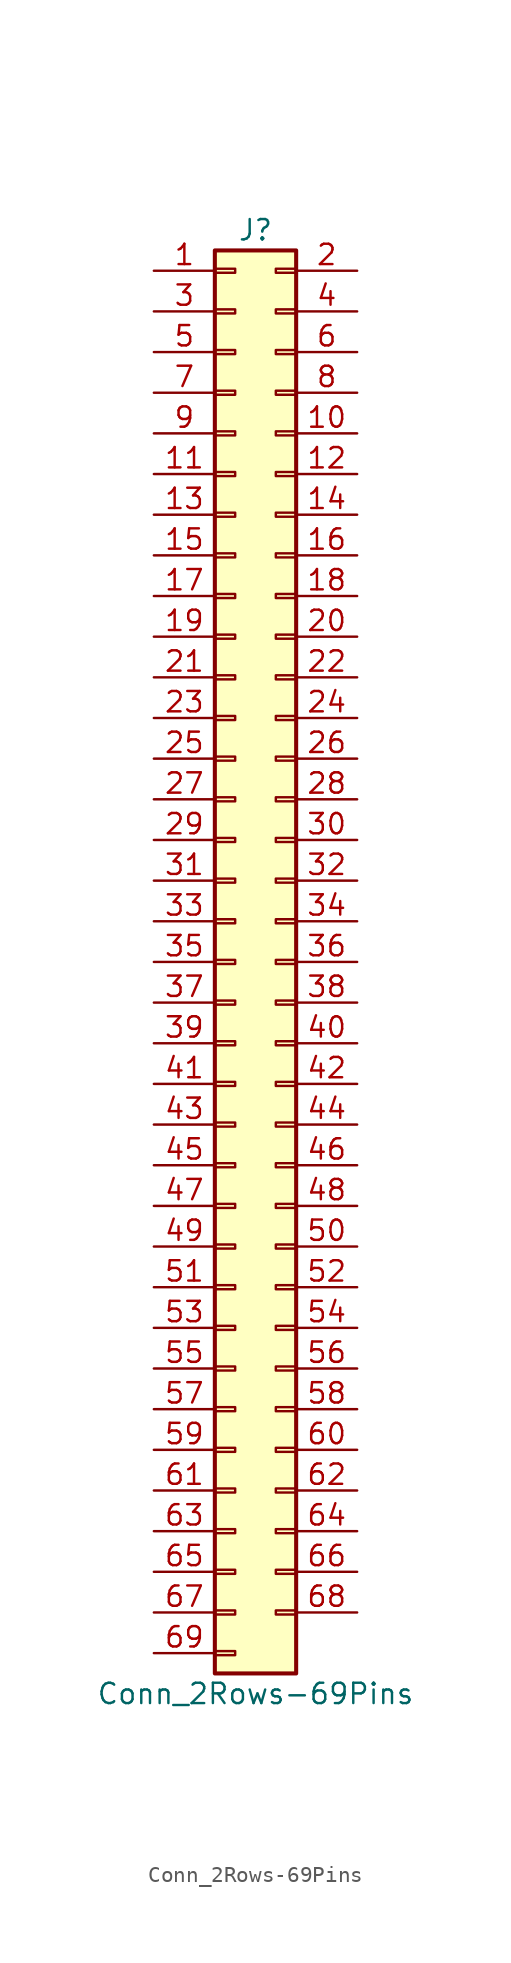
<source format=kicad_sym>
(kicad_symbol_lib
  (version 20200908)
  (generator kicad_symbol_editor)
  (symbol "Connector_Generic:Conn_2Rows-69Pins"
    (pin_names
      (offset 1.016) hide)
    (property "Reference" "J"
      (at 1.27 45.72 0)
      (effects (font (size 1.27 1.27))))
    (property "Value" "Conn_2Rows-69Pins"
      (at 1.27 -45.72 0)
      (effects (font (size 1.27 1.27))))
    (symbol "Conn_2Rows-69Pins_1_1"
      (rectangle (start -1.27 -27.813) (end 0 -28.067) (stroke (width 0.152)) (fill (type none)))
      (rectangle (start -1.27 -30.353) (end 0 -30.607) (stroke (width 0.152)) (fill (type none)))
      (rectangle (start -1.27 -32.893) (end 0 -33.147) (stroke (width 0.152)) (fill (type none)))
      (rectangle (start -1.27 -35.433) (end 0 -35.687) (stroke (width 0.152)) (fill (type none)))
      (rectangle (start -1.27 -37.973) (end 0 -38.227) (stroke (width 0.152)) (fill (type none)))
      (rectangle (start -1.27 -40.513) (end 0 -40.767) (stroke (width 0.152)) (fill (type none)))
      (rectangle (start -1.27 -43.053) (end 0 -43.307) (stroke (width 0.152)) (fill (type none)))
      (rectangle (start -1.27 -4.953) (end 0 -5.207) (stroke (width 0.152)) (fill (type none)))
      (rectangle (start -1.27 -7.493) (end 0 -7.747) (stroke (width 0.152)) (fill (type none)))
      (rectangle (start -1.27 -10.033) (end 0 -10.287) (stroke (width 0.152)) (fill (type none)))
      (rectangle (start -1.27 -12.573) (end 0 -12.827) (stroke (width 0.152)) (fill (type none)))
      (rectangle (start -1.27 -15.113) (end 0 -15.367) (stroke (width 0.152)) (fill (type none)))
      (rectangle (start -1.27 -17.653) (end 0 -17.907) (stroke (width 0.152)) (fill (type none)))
      (rectangle (start -1.27 -20.193) (end 0 -20.447) (stroke (width 0.152)) (fill (type none)))
      (rectangle (start -1.27 -22.733) (end 0 -22.987) (stroke (width 0.152)) (fill (type none)))
      (rectangle (start -1.27 -2.413) (end 0 -2.667) (stroke (width 0.152)) (fill (type none)))
      (rectangle (start -1.27 -25.273) (end 0 -25.527) (stroke (width 0.152)) (fill (type none)))
      (rectangle (start -1.27 25.527) (end 0 25.273) (stroke (width 0.152)) (fill (type none)))
      (rectangle (start -1.27 2.667) (end 0 2.413) (stroke (width 0.152)) (fill (type none)))
      (rectangle (start -1.27 28.067) (end 0 27.813) (stroke (width 0.152)) (fill (type none)))
      (rectangle (start -1.27 30.607) (end 0 30.353) (stroke (width 0.152)) (fill (type none)))
      (rectangle (start -1.27 33.147) (end 0 32.893) (stroke (width 0.152)) (fill (type none)))
      (rectangle (start -1.27 35.687) (end 0 35.433) (stroke (width 0.152)) (fill (type none)))
      (rectangle (start -1.27 38.227) (end 0 37.973) (stroke (width 0.152)) (fill (type none)))
      (rectangle (start -1.27 40.767) (end 0 40.513) (stroke (width 0.152)) (fill (type none)))
      (rectangle (start -1.27 43.307) (end 0 43.053) (stroke (width 0.152)) (fill (type none)))
      (rectangle (start -1.27 44.45) (end 3.81 -44.45) (stroke (width 0.254)) (fill (type background)))
      (rectangle (start -1.27 5.207) (end 0 4.953) (stroke (width 0.152)) (fill (type none)))
      (rectangle (start -1.27 7.747) (end 0 7.493) (stroke (width 0.152)) (fill (type none)))
      (rectangle (start -1.27 10.287) (end 0 10.033) (stroke (width 0.152)) (fill (type none)))
      (rectangle (start -1.27 0.127) (end 0 -0.127) (stroke (width 0.152)) (fill (type none)))
      (rectangle (start -1.27 12.827) (end 0 12.573) (stroke (width 0.152)) (fill (type none)))
      (rectangle (start -1.27 15.367) (end 0 15.113) (stroke (width 0.152)) (fill (type none)))
      (rectangle (start -1.27 17.907) (end 0 17.653) (stroke (width 0.152)) (fill (type none)))
      (rectangle (start -1.27 20.447) (end 0 20.193) (stroke (width 0.152)) (fill (type none)))
      (rectangle (start -1.27 22.987) (end 0 22.733) (stroke (width 0.152)) (fill (type none)))
      (rectangle (start 3.81 -27.813) (end 2.54 -28.067) (stroke (width 0.152)) (fill (type none)))
      (rectangle (start 3.81 -30.353) (end 2.54 -30.607) (stroke (width 0.152)) (fill (type none)))
      (rectangle (start 3.81 -32.893) (end 2.54 -33.147) (stroke (width 0.152)) (fill (type none)))
      (rectangle (start 3.81 -35.433) (end 2.54 -35.687) (stroke (width 0.152)) (fill (type none)))
      (rectangle (start 3.81 -37.973) (end 2.54 -38.227) (stroke (width 0.152)) (fill (type none)))
      (rectangle (start 3.81 -40.513) (end 2.54 -40.767) (stroke (width 0.152)) (fill (type none)))
      (rectangle (start 3.81 -4.953) (end 2.54 -5.207) (stroke (width 0.152)) (fill (type none)))
      (rectangle (start 3.81 -7.493) (end 2.54 -7.747) (stroke (width 0.152)) (fill (type none)))
      (rectangle (start 3.81 -10.033) (end 2.54 -10.287) (stroke (width 0.152)) (fill (type none)))
      (rectangle (start 3.81 -12.573) (end 2.54 -12.827) (stroke (width 0.152)) (fill (type none)))
      (rectangle (start 3.81 -15.113) (end 2.54 -15.367) (stroke (width 0.152)) (fill (type none)))
      (rectangle (start 3.81 -17.653) (end 2.54 -17.907) (stroke (width 0.152)) (fill (type none)))
      (rectangle (start 3.81 -20.193) (end 2.54 -20.447) (stroke (width 0.152)) (fill (type none)))
      (rectangle (start 3.81 -22.733) (end 2.54 -22.987) (stroke (width 0.152)) (fill (type none)))
      (rectangle (start 3.81 -2.413) (end 2.54 -2.667) (stroke (width 0.152)) (fill (type none)))
      (rectangle (start 3.81 -25.273) (end 2.54 -25.527) (stroke (width 0.152)) (fill (type none)))
      (rectangle (start 3.81 25.527) (end 2.54 25.273) (stroke (width 0.152)) (fill (type none)))
      (rectangle (start 3.81 2.667) (end 2.54 2.413) (stroke (width 0.152)) (fill (type none)))
      (rectangle (start 3.81 28.067) (end 2.54 27.813) (stroke (width 0.152)) (fill (type none)))
      (rectangle (start 3.81 30.607) (end 2.54 30.353) (stroke (width 0.152)) (fill (type none)))
      (rectangle (start 3.81 33.147) (end 2.54 32.893) (stroke (width 0.152)) (fill (type none)))
      (rectangle (start 3.81 35.687) (end 2.54 35.433) (stroke (width 0.152)) (fill (type none)))
      (rectangle (start 3.81 38.227) (end 2.54 37.973) (stroke (width 0.152)) (fill (type none)))
      (rectangle (start 3.81 40.767) (end 2.54 40.513) (stroke (width 0.152)) (fill (type none)))
      (rectangle (start 3.81 43.307) (end 2.54 43.053) (stroke (width 0.152)) (fill (type none)))
      (rectangle (start 3.81 5.207) (end 2.54 4.953) (stroke (width 0.152)) (fill (type none)))
      (rectangle (start 3.81 7.747) (end 2.54 7.493) (stroke (width 0.152)) (fill (type none)))
      (rectangle (start 3.81 10.287) (end 2.54 10.033) (stroke (width 0.152)) (fill (type none)))
      (rectangle (start 3.81 0.127) (end 2.54 -0.127) (stroke (width 0.152)) (fill (type none)))
      (rectangle (start 3.81 12.827) (end 2.54 12.573) (stroke (width 0.152)) (fill (type none)))
      (rectangle (start 3.81 15.367) (end 2.54 15.113) (stroke (width 0.152)) (fill (type none)))
      (rectangle (start 3.81 17.907) (end 2.54 17.653) (stroke (width 0.152)) (fill (type none)))
      (rectangle (start 3.81 20.447) (end 2.54 20.193) (stroke (width 0.152)) (fill (type none)))
      (rectangle (start 3.81 22.987) (end 2.54 22.733) (stroke (width 0.152)) (fill (type none)))
      (pin passive line (at -5.08 43.18 0) (length 3.81) (name "Pin_1" (effects (font (size 1.27 1.27)))) (number "1" (effects (font (size 1.27 1.27)))))
      (pin passive line (at 7.62 33.02 180) (length 3.81) (name "Pin_10" (effects (font (size 1.27 1.27)))) (number "10" (effects (font (size 1.27 1.27)))))
      (pin passive line (at -5.08 30.48 0) (length 3.81) (name "Pin_11" (effects (font (size 1.27 1.27)))) (number "11" (effects (font (size 1.27 1.27)))))
      (pin passive line (at 7.62 30.48 180) (length 3.81) (name "Pin_12" (effects (font (size 1.27 1.27)))) (number "12" (effects (font (size 1.27 1.27)))))
      (pin passive line (at -5.08 27.94 0) (length 3.81) (name "Pin_13" (effects (font (size 1.27 1.27)))) (number "13" (effects (font (size 1.27 1.27)))))
      (pin passive line (at 7.62 27.94 180) (length 3.81) (name "Pin_14" (effects (font (size 1.27 1.27)))) (number "14" (effects (font (size 1.27 1.27)))))
      (pin passive line (at -5.08 25.4 0) (length 3.81) (name "Pin_15" (effects (font (size 1.27 1.27)))) (number "15" (effects (font (size 1.27 1.27)))))
      (pin passive line (at 7.62 25.4 180) (length 3.81) (name "Pin_16" (effects (font (size 1.27 1.27)))) (number "16" (effects (font (size 1.27 1.27)))))
      (pin passive line (at -5.08 22.86 0) (length 3.81) (name "Pin_17" (effects (font (size 1.27 1.27)))) (number "17" (effects (font (size 1.27 1.27)))))
      (pin passive line (at 7.62 22.86 180) (length 3.81) (name "Pin_18" (effects (font (size 1.27 1.27)))) (number "18" (effects (font (size 1.27 1.27)))))
      (pin passive line (at -5.08 20.32 0) (length 3.81) (name "Pin_19" (effects (font (size 1.27 1.27)))) (number "19" (effects (font (size 1.27 1.27)))))
      (pin passive line (at 7.62 43.18 180) (length 3.81) (name "Pin_2" (effects (font (size 1.27 1.27)))) (number "2" (effects (font (size 1.27 1.27)))))
      (pin passive line (at 7.62 20.32 180) (length 3.81) (name "Pin_20" (effects (font (size 1.27 1.27)))) (number "20" (effects (font (size 1.27 1.27)))))
      (pin passive line (at -5.08 17.78 0) (length 3.81) (name "Pin_21" (effects (font (size 1.27 1.27)))) (number "21" (effects (font (size 1.27 1.27)))))
      (pin passive line (at 7.62 17.78 180) (length 3.81) (name "Pin_22" (effects (font (size 1.27 1.27)))) (number "22" (effects (font (size 1.27 1.27)))))
      (pin passive line (at -5.08 15.24 0) (length 3.81) (name "Pin_23" (effects (font (size 1.27 1.27)))) (number "23" (effects (font (size 1.27 1.27)))))
      (pin passive line (at 7.62 15.24 180) (length 3.81) (name "Pin_24" (effects (font (size 1.27 1.27)))) (number "24" (effects (font (size 1.27 1.27)))))
      (pin passive line (at -5.08 12.7 0) (length 3.81) (name "Pin_25" (effects (font (size 1.27 1.27)))) (number "25" (effects (font (size 1.27 1.27)))))
      (pin passive line (at 7.62 12.7 180) (length 3.81) (name "Pin_26" (effects (font (size 1.27 1.27)))) (number "26" (effects (font (size 1.27 1.27)))))
      (pin passive line (at -5.08 10.16 0) (length 3.81) (name "Pin_27" (effects (font (size 1.27 1.27)))) (number "27" (effects (font (size 1.27 1.27)))))
      (pin passive line (at 7.62 10.16 180) (length 3.81) (name "Pin_28" (effects (font (size 1.27 1.27)))) (number "28" (effects (font (size 1.27 1.27)))))
      (pin passive line (at -5.08 7.62 0) (length 3.81) (name "Pin_29" (effects (font (size 1.27 1.27)))) (number "29" (effects (font (size 1.27 1.27)))))
      (pin passive line (at -5.08 40.64 0) (length 3.81) (name "Pin_3" (effects (font (size 1.27 1.27)))) (number "3" (effects (font (size 1.27 1.27)))))
      (pin passive line (at 7.62 7.62 180) (length 3.81) (name "Pin_30" (effects (font (size 1.27 1.27)))) (number "30" (effects (font (size 1.27 1.27)))))
      (pin passive line (at -5.08 5.08 0) (length 3.81) (name "Pin_31" (effects (font (size 1.27 1.27)))) (number "31" (effects (font (size 1.27 1.27)))))
      (pin passive line (at 7.62 5.08 180) (length 3.81) (name "Pin_32" (effects (font (size 1.27 1.27)))) (number "32" (effects (font (size 1.27 1.27)))))
      (pin passive line (at -5.08 2.54 0) (length 3.81) (name "Pin_33" (effects (font (size 1.27 1.27)))) (number "33" (effects (font (size 1.27 1.27)))))
      (pin passive line (at 7.62 2.54 180) (length 3.81) (name "Pin_34" (effects (font (size 1.27 1.27)))) (number "34" (effects (font (size 1.27 1.27)))))
      (pin passive line (at -5.08 0 0) (length 3.81) (name "Pin_35" (effects (font (size 1.27 1.27)))) (number "35" (effects (font (size 1.27 1.27)))))
      (pin passive line (at 7.62 0 180) (length 3.81) (name "Pin_36" (effects (font (size 1.27 1.27)))) (number "36" (effects (font (size 1.27 1.27)))))
      (pin passive line (at -5.08 -2.54 0) (length 3.81) (name "Pin_37" (effects (font (size 1.27 1.27)))) (number "37" (effects (font (size 1.27 1.27)))))
      (pin passive line (at 7.62 -2.54 180) (length 3.81) (name "Pin_38" (effects (font (size 1.27 1.27)))) (number "38" (effects (font (size 1.27 1.27)))))
      (pin passive line (at -5.08 -5.08 0) (length 3.81) (name "Pin_39" (effects (font (size 1.27 1.27)))) (number "39" (effects (font (size 1.27 1.27)))))
      (pin passive line (at 7.62 40.64 180) (length 3.81) (name "Pin_4" (effects (font (size 1.27 1.27)))) (number "4" (effects (font (size 1.27 1.27)))))
      (pin passive line (at 7.62 -5.08 180) (length 3.81) (name "Pin_40" (effects (font (size 1.27 1.27)))) (number "40" (effects (font (size 1.27 1.27)))))
      (pin passive line (at -5.08 -7.62 0) (length 3.81) (name "Pin_41" (effects (font (size 1.27 1.27)))) (number "41" (effects (font (size 1.27 1.27)))))
      (pin passive line (at 7.62 -7.62 180) (length 3.81) (name "Pin_42" (effects (font (size 1.27 1.27)))) (number "42" (effects (font (size 1.27 1.27)))))
      (pin passive line (at -5.08 -10.16 0) (length 3.81) (name "Pin_43" (effects (font (size 1.27 1.27)))) (number "43" (effects (font (size 1.27 1.27)))))
      (pin passive line (at 7.62 -10.16 180) (length 3.81) (name "Pin_44" (effects (font (size 1.27 1.27)))) (number "44" (effects (font (size 1.27 1.27)))))
      (pin passive line (at -5.08 -12.7 0) (length 3.81) (name "Pin_45" (effects (font (size 1.27 1.27)))) (number "45" (effects (font (size 1.27 1.27)))))
      (pin passive line (at 7.62 -12.7 180) (length 3.81) (name "Pin_46" (effects (font (size 1.27 1.27)))) (number "46" (effects (font (size 1.27 1.27)))))
      (pin passive line (at -5.08 -15.24 0) (length 3.81) (name "Pin_47" (effects (font (size 1.27 1.27)))) (number "47" (effects (font (size 1.27 1.27)))))
      (pin passive line (at 7.62 -15.24 180) (length 3.81) (name "Pin_48" (effects (font (size 1.27 1.27)))) (number "48" (effects (font (size 1.27 1.27)))))
      (pin passive line (at -5.08 -17.78 0) (length 3.81) (name "Pin_49" (effects (font (size 1.27 1.27)))) (number "49" (effects (font (size 1.27 1.27)))))
      (pin passive line (at -5.08 38.1 0) (length 3.81) (name "Pin_5" (effects (font (size 1.27 1.27)))) (number "5" (effects (font (size 1.27 1.27)))))
      (pin passive line (at 7.62 -17.78 180) (length 3.81) (name "Pin_50" (effects (font (size 1.27 1.27)))) (number "50" (effects (font (size 1.27 1.27)))))
      (pin passive line (at -5.08 -20.32 0) (length 3.81) (name "Pin_51" (effects (font (size 1.27 1.27)))) (number "51" (effects (font (size 1.27 1.27)))))
      (pin passive line (at 7.62 -20.32 180) (length 3.81) (name "Pin_52" (effects (font (size 1.27 1.27)))) (number "52" (effects (font (size 1.27 1.27)))))
      (pin passive line (at -5.08 -22.86 0) (length 3.81) (name "Pin_53" (effects (font (size 1.27 1.27)))) (number "53" (effects (font (size 1.27 1.27)))))
      (pin passive line (at 7.62 -22.86 180) (length 3.81) (name "Pin_54" (effects (font (size 1.27 1.27)))) (number "54" (effects (font (size 1.27 1.27)))))
      (pin passive line (at -5.08 -25.4 0) (length 3.81) (name "Pin_55" (effects (font (size 1.27 1.27)))) (number "55" (effects (font (size 1.27 1.27)))))
      (pin passive line (at 7.62 -25.4 180) (length 3.81) (name "Pin_56" (effects (font (size 1.27 1.27)))) (number "56" (effects (font (size 1.27 1.27)))))
      (pin passive line (at -5.08 -27.94 0) (length 3.81) (name "Pin_57" (effects (font (size 1.27 1.27)))) (number "57" (effects (font (size 1.27 1.27)))))
      (pin passive line (at 7.62 -27.94 180) (length 3.81) (name "Pin_58" (effects (font (size 1.27 1.27)))) (number "58" (effects (font (size 1.27 1.27)))))
      (pin passive line (at -5.08 -30.48 0) (length 3.81) (name "Pin_59" (effects (font (size 1.27 1.27)))) (number "59" (effects (font (size 1.27 1.27)))))
      (pin passive line (at 7.62 38.1 180) (length 3.81) (name "Pin_6" (effects (font (size 1.27 1.27)))) (number "6" (effects (font (size 1.27 1.27)))))
      (pin passive line (at 7.62 -30.48 180) (length 3.81) (name "Pin_60" (effects (font (size 1.27 1.27)))) (number "60" (effects (font (size 1.27 1.27)))))
      (pin passive line (at -5.08 -33.02 0) (length 3.81) (name "Pin_61" (effects (font (size 1.27 1.27)))) (number "61" (effects (font (size 1.27 1.27)))))
      (pin passive line (at 7.62 -33.02 180) (length 3.81) (name "Pin_62" (effects (font (size 1.27 1.27)))) (number "62" (effects (font (size 1.27 1.27)))))
      (pin passive line (at -5.08 -35.56 0) (length 3.81) (name "Pin_63" (effects (font (size 1.27 1.27)))) (number "63" (effects (font (size 1.27 1.27)))))
      (pin passive line (at 7.62 -35.56 180) (length 3.81) (name "Pin_64" (effects (font (size 1.27 1.27)))) (number "64" (effects (font (size 1.27 1.27)))))
      (pin passive line (at -5.08 -38.1 0) (length 3.81) (name "Pin_65" (effects (font (size 1.27 1.27)))) (number "65" (effects (font (size 1.27 1.27)))))
      (pin passive line (at 7.62 -38.1 180) (length 3.81) (name "Pin_66" (effects (font (size 1.27 1.27)))) (number "66" (effects (font (size 1.27 1.27)))))
      (pin passive line (at -5.08 -40.64 0) (length 3.81) (name "Pin_67" (effects (font (size 1.27 1.27)))) (number "67" (effects (font (size 1.27 1.27)))))
      (pin passive line (at 7.62 -40.64 180) (length 3.81) (name "Pin_68" (effects (font (size 1.27 1.27)))) (number "68" (effects (font (size 1.27 1.27)))))
      (pin passive line (at -5.08 -43.18 0) (length 3.81) (name "Pin_69" (effects (font (size 1.27 1.27)))) (number "69" (effects (font (size 1.27 1.27)))))
      (pin passive line (at -5.08 35.56 0) (length 3.81) (name "Pin_7" (effects (font (size 1.27 1.27)))) (number "7" (effects (font (size 1.27 1.27)))))
      (pin passive line (at 7.62 35.56 180) (length 3.81) (name "Pin_8" (effects (font (size 1.27 1.27)))) (number "8" (effects (font (size 1.27 1.27)))))
      (pin passive line (at -5.08 33.02 0) (length 3.81) (name "Pin_9" (effects (font (size 1.27 1.27)))) (number "9" (effects (font (size 1.27 1.27))))))))
</source>
